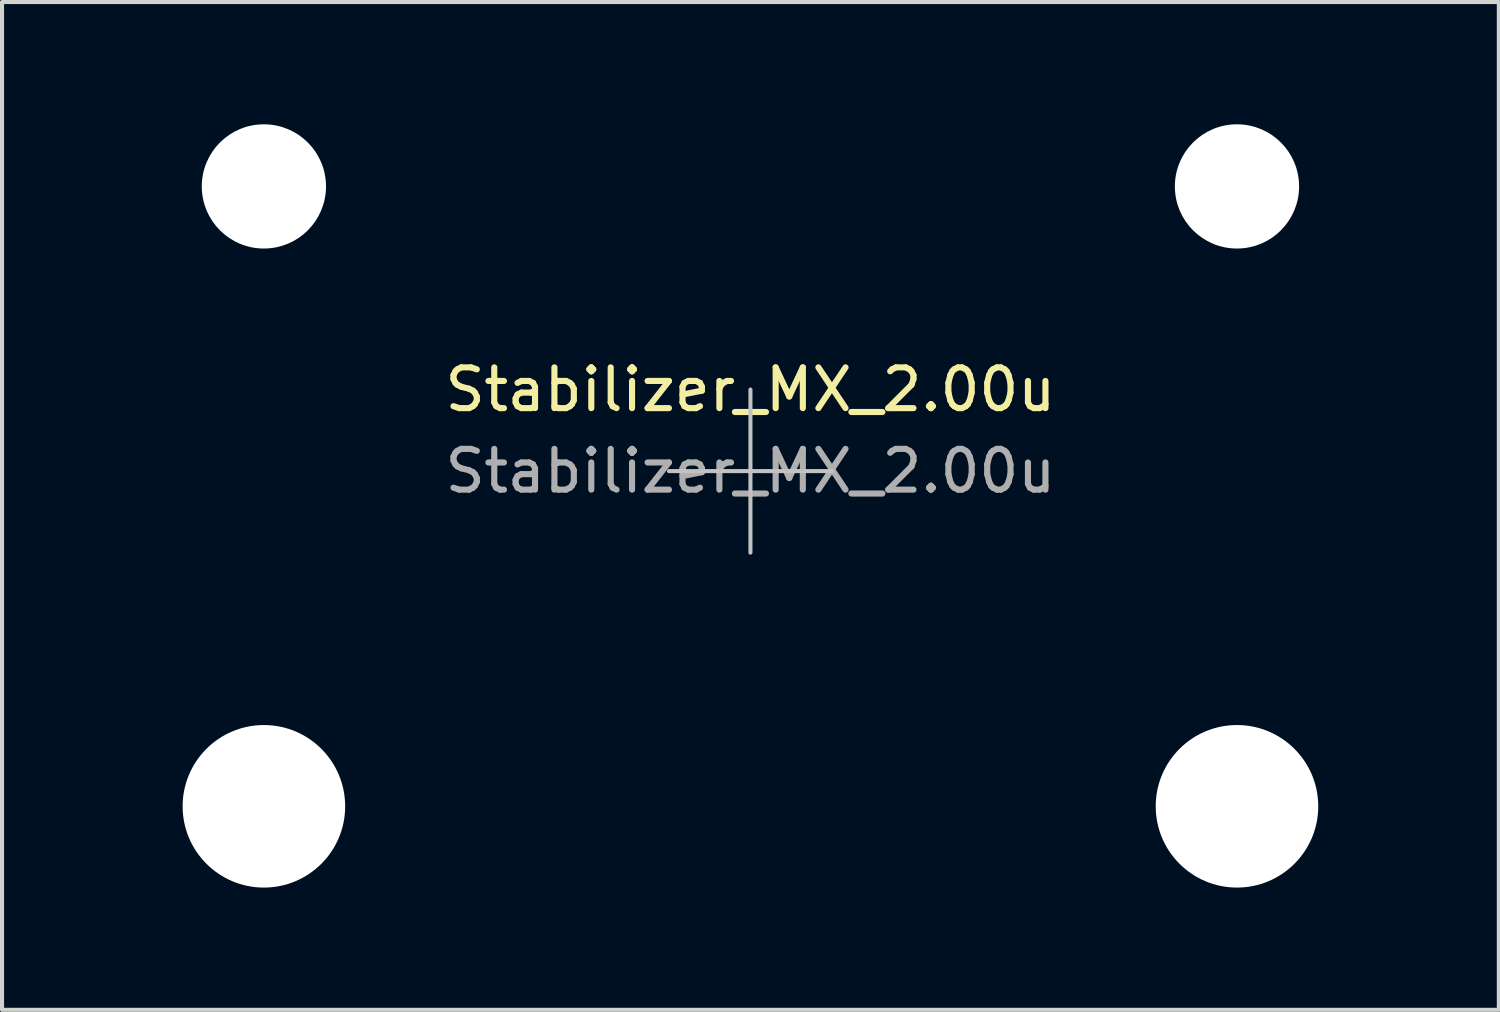
<source format=kicad_pcb>
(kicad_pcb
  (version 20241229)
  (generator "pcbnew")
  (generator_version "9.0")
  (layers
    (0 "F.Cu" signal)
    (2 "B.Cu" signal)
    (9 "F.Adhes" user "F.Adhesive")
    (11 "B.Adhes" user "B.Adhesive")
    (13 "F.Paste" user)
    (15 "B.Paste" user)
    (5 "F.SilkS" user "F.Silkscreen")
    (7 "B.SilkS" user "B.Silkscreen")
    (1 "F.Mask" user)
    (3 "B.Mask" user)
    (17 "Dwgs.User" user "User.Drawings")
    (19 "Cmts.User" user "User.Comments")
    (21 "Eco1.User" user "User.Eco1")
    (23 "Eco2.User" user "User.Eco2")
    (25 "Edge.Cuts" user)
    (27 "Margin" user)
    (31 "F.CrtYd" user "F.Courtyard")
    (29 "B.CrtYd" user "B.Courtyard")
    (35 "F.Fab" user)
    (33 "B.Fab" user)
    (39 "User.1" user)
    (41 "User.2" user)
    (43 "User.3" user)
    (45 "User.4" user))
  (footprint "Stabilizer_MX_2.00u"
    (layer "F.Cu")
    (at 15.363 8.509)
    (property "Reference" "Stabilizer_MX_2.00u" (at 0 -2 0) (layer "F.SilkS") (effects (font (size 1 1) (thickness 0.15))))
    (attr exclude_from_pos_files exclude_from_bom)
    (fp_line (start -2 0) (end 2 0) (stroke (width 0.1) (type solid)) (layer "Dwgs.User"))
    (fp_line (start 0 2) (end 0 -2) (stroke (width 0.1) (type solid)) (layer "Dwgs.User"))
    (fp_line (start -15.313 -5.53) (end -15.313 6.77) (stroke (width 0.1) (type solid)) (layer "Eco1.User"))
    (fp_line (start -15.313 6.77) (end -8.563 6.77) (stroke (width 0.1) (type solid)) (layer "Eco1.User"))
    (fp_line (start -8.563 -5.53) (end -15.313 -5.53) (stroke (width 0.1) (type solid)) (layer "Eco1.User"))
    (fp_line (start -8.563 6.77) (end -8.563 -5.53) (stroke (width 0.1) (type solid)) (layer "Eco1.User"))
    (fp_line (start 8.563 -5.53) (end 8.563 6.77) (stroke (width 0.1) (type solid)) (layer "Eco1.User"))
    (fp_line (start 8.563 6.77) (end 15.313 6.77) (stroke (width 0.1) (type solid)) (layer "Eco1.User"))
    (fp_line (start 15.313 -5.53) (end 8.563 -5.53) (stroke (width 0.1) (type solid)) (layer "Eco1.User"))
    (fp_line (start 15.313 6.77) (end 15.313 -5.53) (stroke (width 0.1) (type solid)) (layer "Eco1.User"))
    (fp_text user "${REFERENCE}" (at 0 0 0) (layer "F.Fab") (effects (font (size 1 1) (thickness 0.15))))
    (pad "" np_thru_hole circle (at -11.938 -6.985) (size 3.048 3.048) (drill 3.048) (layers "*.Cu" "*.Mask"))
    (pad "" np_thru_hole circle (at -11.938 8.225) (size 3.988 3.988) (drill 3.988) (layers "*.Cu" "*.Mask"))
    (pad "" np_thru_hole circle (at 11.938 -6.985) (size 3.048 3.048) (drill 3.048) (layers "*.Cu" "*.Mask"))
    (pad "" np_thru_hole circle (at 11.938 8.225) (size 3.988 3.988) (drill 3.988) (layers "*.Cu" "*.Mask")))
  (gr_rect
    (start -3 -3)
    (end 33.726 21.728)
    (stroke (width 0.1) (type default))
    (fill no)
    (layer "Edge.Cuts")))
</source>
